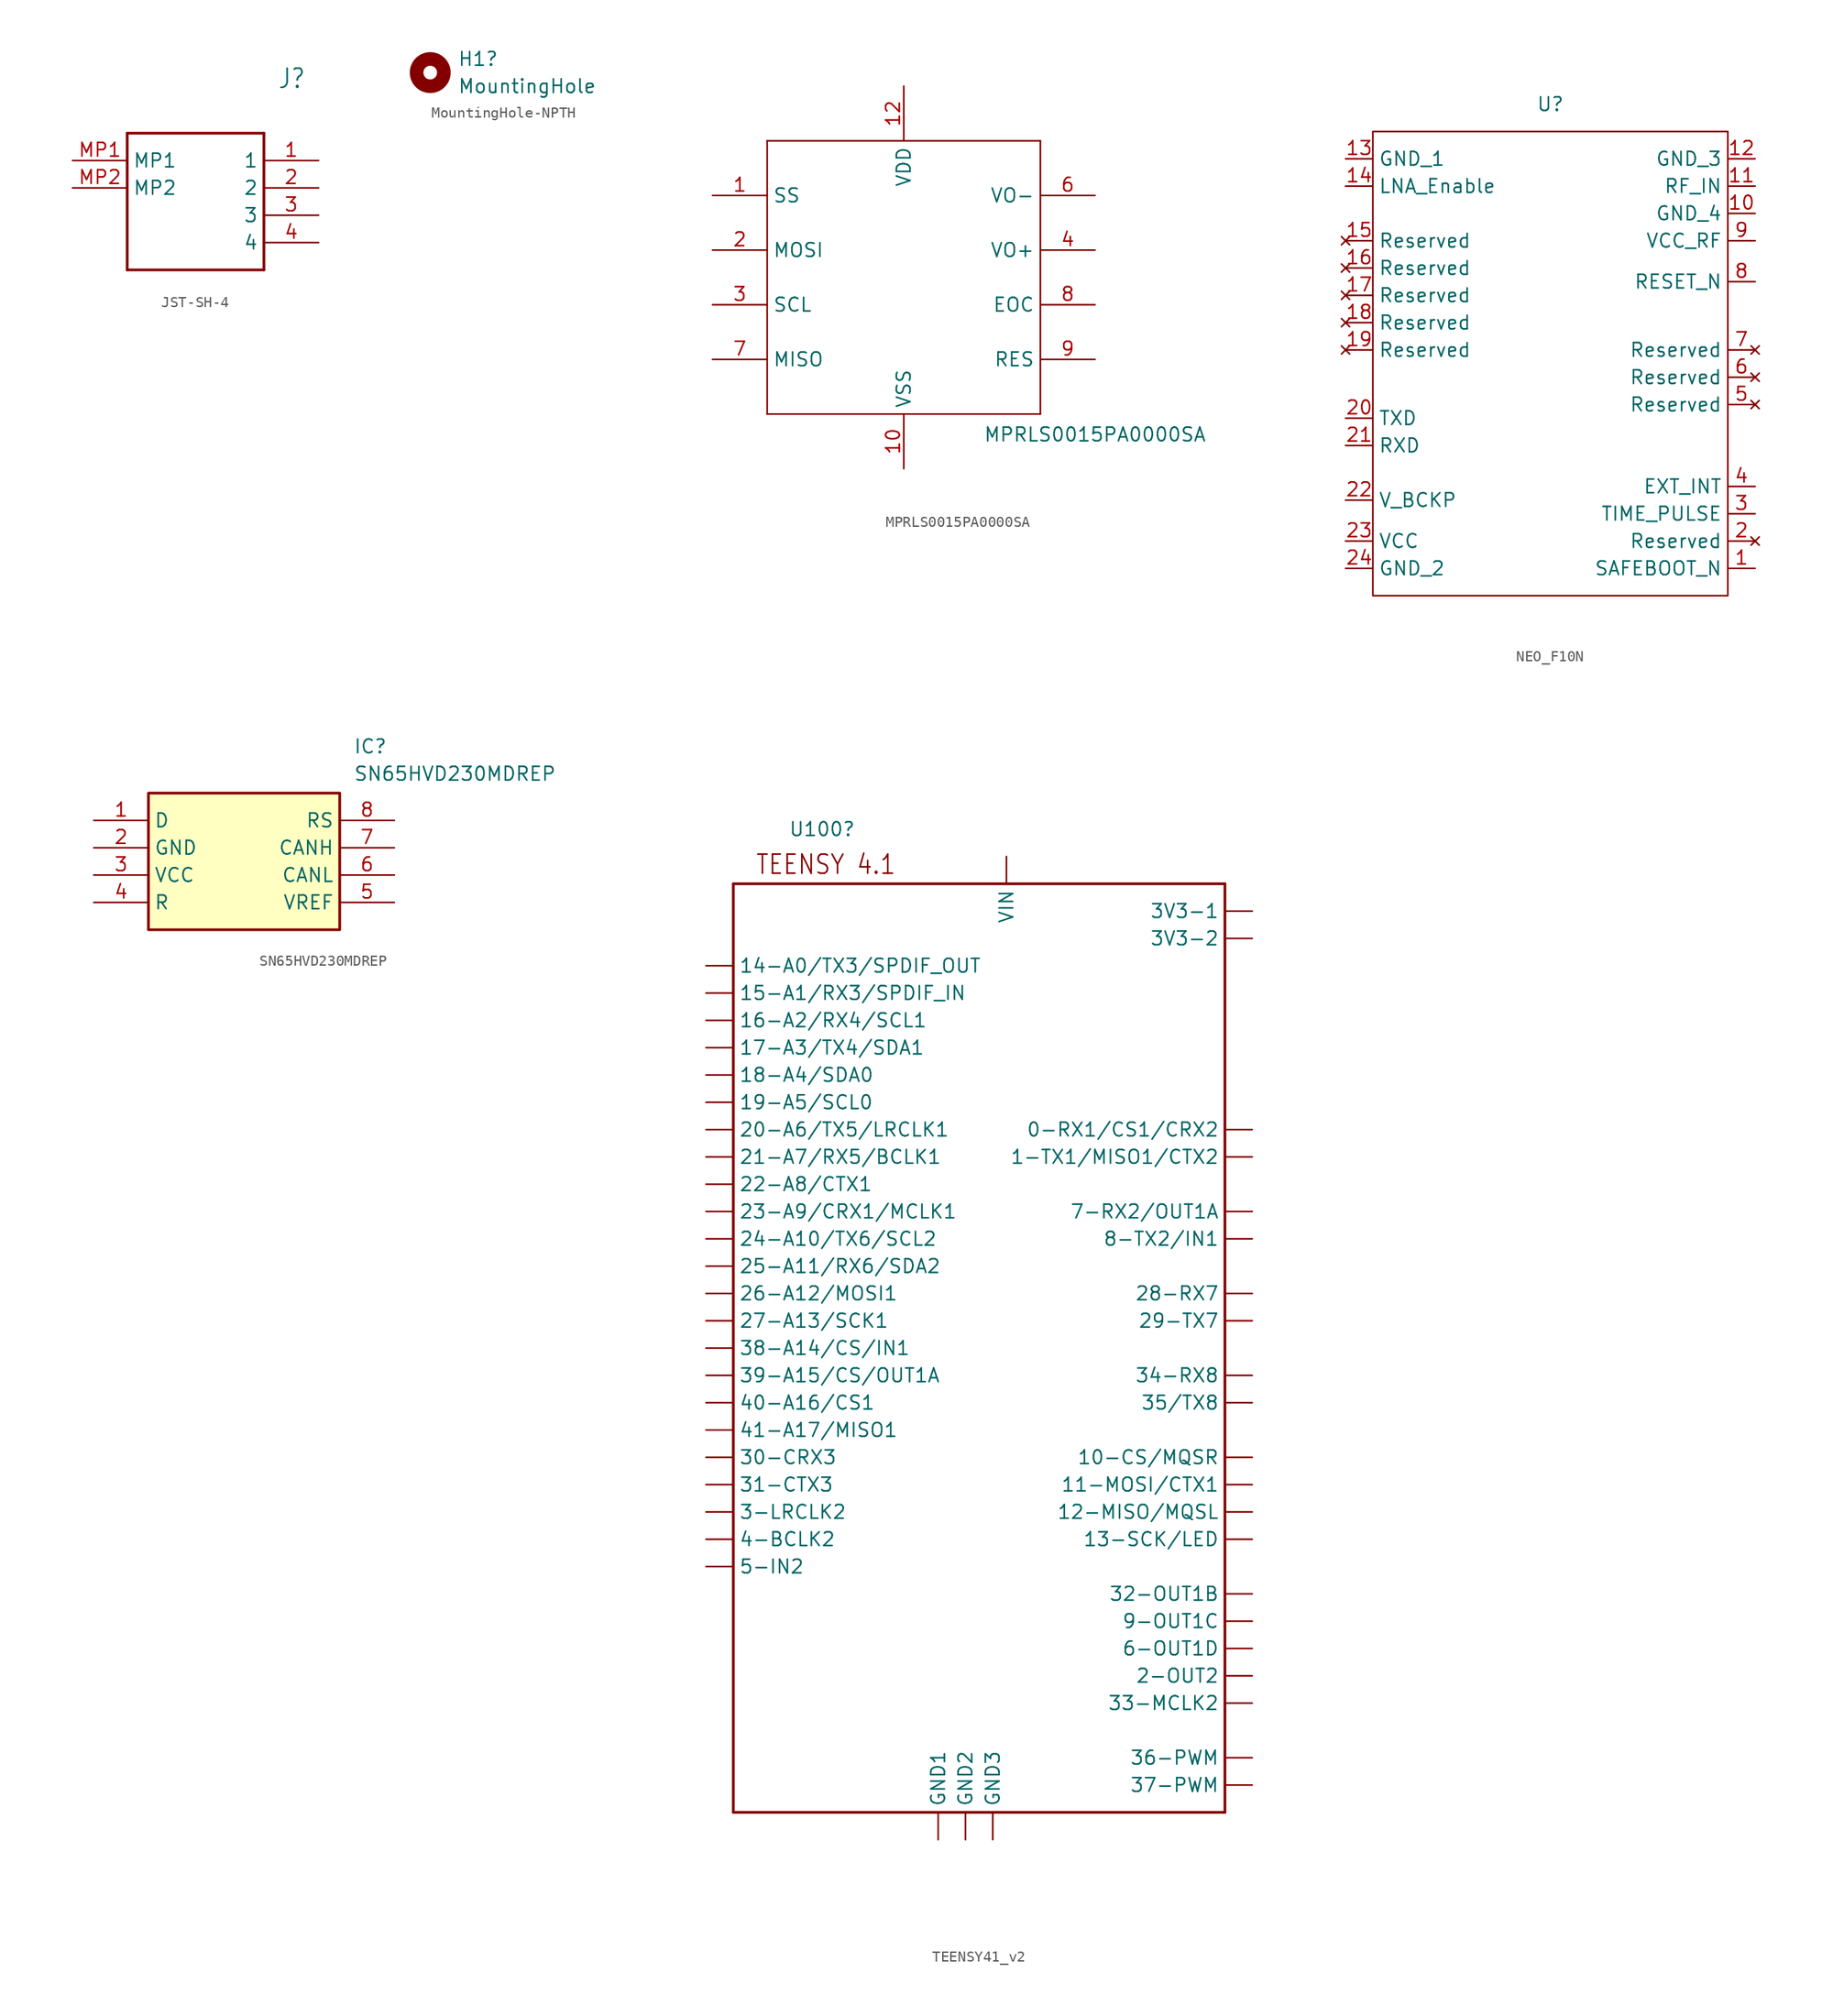
<source format=kicad_sym>
(kicad_symbol_lib
  (version 20220914)
  (generator kicad_symbol_editor)
  (symbol "JST-SH-4"
    (property "Reference" "J"
      (at 19.05 7.62 0)
      (effects (font (size 1.778 1.511)) (justify left)))
    (property "Value" ""
      (at 19.05 5.08 0)
      (effects (font (size 1.778 1.511)) (justify left)))
    (property "ki_locked" ""
      (at 0 0 0)
      (effects (font (size 1.27 1.27))))
    (symbol "JST-SH-4_1_0"
      (polyline (pts (xy 5.08 2.54) (xy 5.08 -10.16)) (stroke (width 0.254) (type solid)) (fill (type none)))
      (polyline (pts (xy 5.08 2.54) (xy 17.78 2.54)) (stroke (width 0.254) (type solid)) (fill (type none)))
      (polyline (pts (xy 17.78 -10.16) (xy 5.08 -10.16)) (stroke (width 0.254) (type solid)) (fill (type none)))
      (polyline (pts (xy 17.78 -10.16) (xy 17.78 2.54)) (stroke (width 0.254) (type solid)) (fill (type none)))
      (pin bidirectional line (at 22.86 0 180) (length 5.08) (name "1" (effects (font (size 1.27 1.27)))) (number "1" (effects (font (size 1.27 1.27)))))
      (pin bidirectional line (at 22.86 -2.54 180) (length 5.08) (name "2" (effects (font (size 1.27 1.27)))) (number "2" (effects (font (size 1.27 1.27)))))
      (pin bidirectional line (at 22.86 -5.08 180) (length 5.08) (name "3" (effects (font (size 1.27 1.27)))) (number "3" (effects (font (size 1.27 1.27)))))
      (pin bidirectional line (at 22.86 -7.62 180) (length 5.08) (name "4" (effects (font (size 1.27 1.27)))) (number "4" (effects (font (size 1.27 1.27)))))
      (pin bidirectional line (at 0 0 0) (length 5.08) (name "MP1" (effects (font (size 1.27 1.27)))) (number "MP1" (effects (font (size 1.27 1.27)))))
      (pin bidirectional line (at 0 -2.54 0) (length 5.08) (name "MP2" (effects (font (size 1.27 1.27)))) (number "MP2" (effects (font (size 1.27 1.27)))))))
  (symbol "MountingHole-NPTH"
    (pin_names
      (offset 1.016))
    (property "Reference" "H1"
      (at 2.54 1.27 0)
      (effects (font (size 1.27 1.27)) (justify left)))
    (property "Value" "MountingHole"
      (at 2.54 -1.27 0)
      (effects (font (size 1.27 1.27)) (justify left)))
    (symbol "MountingHole-NPTH_0_1"
      (circle (center 0 0) (radius 1.27) (stroke (width 1.27) (type default)) (fill (type none)))))
  (symbol "MPRLS0015PA0000SA"
    (property "Reference" "U$8"
      (at 0 0 0)
      (effects (font (size 1.27 1.27)) hide))
    (property "Value" "MPRLS0015PA0000SA"
      (at 17.78 -17.145 0)
      (effects (font (size 1.27 1.27))))
    (property "ki_locked" ""
      (at 0 0 0)
      (effects (font (size 1.27 1.27))))
    (symbol "MPRLS0015PA0000SA_1_0"
      (polyline (pts (xy -12.7 -15.24) (xy 12.7 -15.24)) (stroke (width 0.152) (type solid)) (fill (type none)))
      (polyline (pts (xy -12.7 10.16) (xy -12.7 -15.24)) (stroke (width 0.152) (type solid)) (fill (type none)))
      (polyline (pts (xy 12.7 -15.24) (xy 12.7 10.16)) (stroke (width 0.152) (type solid)) (fill (type none)))
      (polyline (pts (xy 12.7 10.16) (xy -12.7 10.16)) (stroke (width 0.152) (type solid)) (fill (type none)))
      (pin bidirectional line (at -17.78 5.08 0) (length 5.08) (name "SS" (effects (font (size 1.27 1.27)))) (number "1" (effects (font (size 1.27 1.27)))))
      (pin bidirectional line (at 0 -20.32 90) (length 5.08) (name "VSS" (effects (font (size 1.27 1.27)))) (number "10" (effects (font (size 1.27 1.27)))))
      (pin bidirectional line (at 0 15.24 270) (length 5.08) (name "VDD" (effects (font (size 1.27 1.27)))) (number "12" (effects (font (size 1.27 1.27)))))
      (pin bidirectional line (at -17.78 0 0) (length 5.08) (name "MOSI" (effects (font (size 1.27 1.27)))) (number "2" (effects (font (size 1.27 1.27)))))
      (pin bidirectional line (at -17.78 -5.08 0) (length 5.08) (name "SCL" (effects (font (size 1.27 1.27)))) (number "3" (effects (font (size 1.27 1.27)))))
      (pin bidirectional line (at 17.78 0 180) (length 5.08) (name "VO+" (effects (font (size 1.27 1.27)))) (number "4" (effects (font (size 1.27 1.27)))))
      (pin bidirectional line (at 17.78 5.08 180) (length 5.08) (name "VO-" (effects (font (size 1.27 1.27)))) (number "6" (effects (font (size 1.27 1.27)))))
      (pin bidirectional line (at -17.78 -10.16 0) (length 5.08) (name "MISO" (effects (font (size 1.27 1.27)))) (number "7" (effects (font (size 1.27 1.27)))))
      (pin bidirectional line (at 17.78 -5.08 180) (length 5.08) (name "EOC" (effects (font (size 1.27 1.27)))) (number "8" (effects (font (size 1.27 1.27)))))
      (pin bidirectional line (at 17.78 -10.16 180) (length 5.08) (name "RES" (effects (font (size 1.27 1.27)))) (number "9" (effects (font (size 1.27 1.27)))))))
  (symbol "NEO_F10N"
    (property "Reference" "U"
      (at 0 26.67 0)
      (effects (font (size 1.27 1.27))))
    (property "Value" ""
      (at 0 0 0)
      (effects (font (size 1.27 1.27))))
    (symbol "NEO_F10N_0_1"
      (rectangle (start -16.51 24.13) (end 16.51 -19.05) (stroke (width 0) (type default)) (fill (type none))))
    (symbol "NEO_F10N_1_1"
      (pin passive line (at 19.05 -16.51 180) (length 2.54) (name "SAFEBOOT_N" (effects (font (size 1.27 1.27)))) (number "1" (effects (font (size 1.27 1.27)))))
      (pin power_in line (at 19.05 16.51 180) (length 2.54) (name "GND_4" (effects (font (size 1.27 1.27)))) (number "10" (effects (font (size 1.27 1.27)))))
      (pin input line (at 19.05 19.05 180) (length 2.54) (name "RF_IN" (effects (font (size 1.27 1.27)))) (number "11" (effects (font (size 1.27 1.27)))))
      (pin power_in line (at 19.05 21.59 180) (length 2.54) (name "GND_3" (effects (font (size 1.27 1.27)))) (number "12" (effects (font (size 1.27 1.27)))))
      (pin power_in line (at -19.05 21.59 0) (length 2.54) (name "GND_1" (effects (font (size 1.27 1.27)))) (number "13" (effects (font (size 1.27 1.27)))))
      (pin input line (at -19.05 19.05 0) (length 2.54) (name "LNA_Enable" (effects (font (size 1.27 1.27)))) (number "14" (effects (font (size 1.27 1.27)))))
      (pin no_connect line (at -19.05 13.97 0) (length 2.54) (name "Reserved" (effects (font (size 1.27 1.27)))) (number "15" (effects (font (size 1.27 1.27)))))
      (pin no_connect line (at -19.05 11.43 0) (length 2.54) (name "Reserved" (effects (font (size 1.27 1.27)))) (number "16" (effects (font (size 1.27 1.27)))))
      (pin no_connect line (at -19.05 8.89 0) (length 2.54) (name "Reserved" (effects (font (size 1.27 1.27)))) (number "17" (effects (font (size 1.27 1.27)))))
      (pin no_connect line (at -19.05 6.35 0) (length 2.54) (name "Reserved" (effects (font (size 1.27 1.27)))) (number "18" (effects (font (size 1.27 1.27)))))
      (pin no_connect line (at -19.05 3.81 0) (length 2.54) (name "Reserved" (effects (font (size 1.27 1.27)))) (number "19" (effects (font (size 1.27 1.27)))))
      (pin no_connect line (at 19.05 -13.97 180) (length 2.54) (name "Reserved" (effects (font (size 1.27 1.27)))) (number "2" (effects (font (size 1.27 1.27)))))
      (pin output line (at -19.05 -2.54 0) (length 2.54) (name "TXD" (effects (font (size 1.27 1.27)))) (number "20" (effects (font (size 1.27 1.27)))))
      (pin input line (at -19.05 -5.08 0) (length 2.54) (name "RXD" (effects (font (size 1.27 1.27)))) (number "21" (effects (font (size 1.27 1.27)))))
      (pin passive line (at -19.05 -10.16 0) (length 2.54) (name "V_BCKP" (effects (font (size 1.27 1.27)))) (number "22" (effects (font (size 1.27 1.27)))))
      (pin power_in line (at -19.05 -13.97 0) (length 2.54) (name "VCC" (effects (font (size 1.27 1.27)))) (number "23" (effects (font (size 1.27 1.27)))))
      (pin power_in line (at -19.05 -16.51 0) (length 2.54) (name "GND_2" (effects (font (size 1.27 1.27)))) (number "24" (effects (font (size 1.27 1.27)))))
      (pin output line (at 19.05 -11.43 180) (length 2.54) (name "TIME_PULSE" (effects (font (size 1.27 1.27)))) (number "3" (effects (font (size 1.27 1.27)))))
      (pin passive line (at 19.05 -8.89 180) (length 2.54) (name "EXT_INT" (effects (font (size 1.27 1.27)))) (number "4" (effects (font (size 1.27 1.27)))))
      (pin no_connect line (at 19.05 -1.27 180) (length 2.54) (name "Reserved" (effects (font (size 1.27 1.27)))) (number "5" (effects (font (size 1.27 1.27)))))
      (pin no_connect line (at 19.05 1.27 180) (length 2.54) (name "Reserved" (effects (font (size 1.27 1.27)))) (number "6" (effects (font (size 1.27 1.27)))))
      (pin no_connect line (at 19.05 3.81 180) (length 2.54) (name "Reserved" (effects (font (size 1.27 1.27)))) (number "7" (effects (font (size 1.27 1.27)))))
      (pin passive line (at 19.05 10.16 180) (length 2.54) (name "RESET_N" (effects (font (size 1.27 1.27)))) (number "8" (effects (font (size 1.27 1.27)))))
      (pin passive line (at 19.05 13.97 180) (length 2.54) (name "VCC_RF" (effects (font (size 1.27 1.27)))) (number "9" (effects (font (size 1.27 1.27)))))))
  (symbol "SN65HVD230MDREP"
    (property "Reference" "IC"
      (at 24.13 7.62 0)
      (effects (font (size 1.27 1.27)) (justify left top)))
    (property "Value" "SN65HVD230MDREP"
      (at 24.13 5.08 0)
      (effects (font (size 1.27 1.27)) (justify left top)))
    (symbol "SN65HVD230MDREP_1_1"
      (rectangle (start 5.08 2.54) (end 22.86 -10.16) (stroke (width 0.254) (type default)) (fill (type background)))
      (pin input line (at 0 0 0) (length 5.08) (name "D" (effects (font (size 1.27 1.27)))) (number "1" (effects (font (size 1.27 1.27)))))
      (pin power_in line (at 0 -2.54 0) (length 5.08) (name "GND" (effects (font (size 1.27 1.27)))) (number "2" (effects (font (size 1.27 1.27)))))
      (pin power_in line (at 0 -5.08 0) (length 5.08) (name "VCC" (effects (font (size 1.27 1.27)))) (number "3" (effects (font (size 1.27 1.27)))))
      (pin output line (at 0 -7.62 0) (length 5.08) (name "R" (effects (font (size 1.27 1.27)))) (number "4" (effects (font (size 1.27 1.27)))))
      (pin output line (at 27.94 -7.62 180) (length 5.08) (name "VREF" (effects (font (size 1.27 1.27)))) (number "5" (effects (font (size 1.27 1.27)))))
      (pin passive line (at 27.94 -5.08 180) (length 5.08) (name "CANL" (effects (font (size 1.27 1.27)))) (number "6" (effects (font (size 1.27 1.27)))))
      (pin passive line (at 27.94 -2.54 180) (length 5.08) (name "CANH" (effects (font (size 1.27 1.27)))) (number "7" (effects (font (size 1.27 1.27)))))
      (pin passive line (at 27.94 0 180) (length 5.08) (name "RS" (effects (font (size 1.27 1.27)))) (number "8" (effects (font (size 1.27 1.27)))))))
  (symbol "TEENSY41_v2"
    (property "Reference" "U100"
      (at -14.605 50.8 0)
      (effects (font (size 1.27 1.27))))
    (property "ki_locked" ""
      (at 0 0 0)
      (effects (font (size 1.27 1.27))))
    (symbol "TEENSY41_v2_1_0"
      (polyline (pts (xy -22.86 -40.64) (xy 22.86 -40.64)) (stroke (width 0.254) (type solid)) (fill (type none)))
      (polyline (pts (xy -22.86 45.72) (xy -22.86 -40.64)) (stroke (width 0.254) (type solid)) (fill (type none)))
      (polyline (pts (xy 22.86 -40.64) (xy 22.86 45.72)) (stroke (width 0.254) (type solid)) (fill (type none)))
      (polyline (pts (xy 22.86 45.72) (xy -22.86 45.72)) (stroke (width 0.254) (type solid)) (fill (type none)))
      (text "TEENSY 4.1" (at -20.828 46.482 0) (effects (font (size 1.778 1.511)) (justify left bottom)))
      (pin bidirectional line (at 25.4 22.86 180) (length 2.54) (name "0-RX1/CS1/CRX2" (effects (font (size 1.27 1.27)))) (number "0" (effects (font (size 0 0)))))
      (pin bidirectional line (at 25.4 20.32 180) (length 2.54) (name "1-TX1/MISO1/CTX2" (effects (font (size 1.27 1.27)))) (number "1" (effects (font (size 0 0)))))
      (pin bidirectional line (at 25.4 -7.62 180) (length 2.54) (name "10-CS/MQSR" (effects (font (size 1.27 1.27)))) (number "10" (effects (font (size 0 0)))))
      (pin bidirectional line (at 25.4 -10.16 180) (length 2.54) (name "11-MOSI/CTX1" (effects (font (size 1.27 1.27)))) (number "11" (effects (font (size 0 0)))))
      (pin bidirectional line (at 25.4 -12.7 180) (length 2.54) (name "12-MISO/MQSL" (effects (font (size 1.27 1.27)))) (number "12" (effects (font (size 0 0)))))
      (pin bidirectional line (at 25.4 -15.24 180) (length 2.54) (name "13-SCK/LED" (effects (font (size 1.27 1.27)))) (number "13" (effects (font (size 0 0)))))
      (pin bidirectional line (at -25.4 38.1 0) (length 2.54) (name "14-A0/TX3/SPDIF_OUT" (effects (font (size 1.27 1.27)))) (number "14" (effects (font (size 0 0)))))
      (pin bidirectional line (at -25.4 35.56 0) (length 2.54) (name "15-A1/RX3/SPDIF_IN" (effects (font (size 1.27 1.27)))) (number "15" (effects (font (size 0 0)))))
      (pin bidirectional line (at -25.4 33.02 0) (length 2.54) (name "16-A2/RX4/SCL1" (effects (font (size 1.27 1.27)))) (number "16" (effects (font (size 0 0)))))
      (pin bidirectional line (at -25.4 30.48 0) (length 2.54) (name "17-A3/TX4/SDA1" (effects (font (size 1.27 1.27)))) (number "17" (effects (font (size 0 0)))))
      (pin bidirectional line (at -25.4 27.94 0) (length 2.54) (name "18-A4/SDA0" (effects (font (size 1.27 1.27)))) (number "18" (effects (font (size 0 0)))))
      (pin bidirectional line (at -25.4 25.4 0) (length 2.54) (name "19-A5/SCL0" (effects (font (size 1.27 1.27)))) (number "19" (effects (font (size 0 0)))))
      (pin bidirectional line (at 25.4 -27.94 180) (length 2.54) (name "2-OUT2" (effects (font (size 1.27 1.27)))) (number "2" (effects (font (size 0 0)))))
      (pin bidirectional line (at -25.4 22.86 0) (length 2.54) (name "20-A6/TX5/LRCLK1" (effects (font (size 1.27 1.27)))) (number "20" (effects (font (size 0 0)))))
      (pin bidirectional line (at -25.4 20.32 0) (length 2.54) (name "21-A7/RX5/BCLK1" (effects (font (size 1.27 1.27)))) (number "21" (effects (font (size 0 0)))))
      (pin bidirectional line (at -25.4 17.78 0) (length 2.54) (name "22-A8/CTX1" (effects (font (size 1.27 1.27)))) (number "22" (effects (font (size 0 0)))))
      (pin bidirectional line (at -25.4 15.24 0) (length 2.54) (name "23-A9/CRX1/MCLK1" (effects (font (size 1.27 1.27)))) (number "23" (effects (font (size 0 0)))))
      (pin bidirectional line (at -25.4 12.7 0) (length 2.54) (name "24-A10/TX6/SCL2" (effects (font (size 1.27 1.27)))) (number "24" (effects (font (size 0 0)))))
      (pin bidirectional line (at -25.4 10.16 0) (length 2.54) (name "25-A11/RX6/SDA2" (effects (font (size 1.27 1.27)))) (number "25" (effects (font (size 0 0)))))
      (pin bidirectional line (at -25.4 7.62 0) (length 2.54) (name "26-A12/MOSI1" (effects (font (size 1.27 1.27)))) (number "26" (effects (font (size 0 0)))))
      (pin bidirectional line (at -25.4 5.08 0) (length 2.54) (name "27-A13/SCK1" (effects (font (size 1.27 1.27)))) (number "27" (effects (font (size 0 0)))))
      (pin bidirectional line (at 25.4 7.62 180) (length 2.54) (name "28-RX7" (effects (font (size 1.27 1.27)))) (number "28" (effects (font (size 0 0)))))
      (pin bidirectional line (at 25.4 5.08 180) (length 2.54) (name "29-TX7" (effects (font (size 1.27 1.27)))) (number "29" (effects (font (size 0 0)))))
      (pin bidirectional line (at -25.4 -12.7 0) (length 2.54) (name "3-LRCLK2" (effects (font (size 1.27 1.27)))) (number "3" (effects (font (size 0 0)))))
      (pin bidirectional line (at -25.4 -7.62 0) (length 2.54) (name "30-CRX3" (effects (font (size 1.27 1.27)))) (number "30" (effects (font (size 0 0)))))
      (pin bidirectional line (at -25.4 -10.16 0) (length 2.54) (name "31-CTX3" (effects (font (size 1.27 1.27)))) (number "31" (effects (font (size 0 0)))))
      (pin bidirectional line (at 25.4 -20.32 180) (length 2.54) (name "32-OUT1B" (effects (font (size 1.27 1.27)))) (number "32" (effects (font (size 0 0)))))
      (pin bidirectional line (at 25.4 -30.48 180) (length 2.54) (name "33-MCLK2" (effects (font (size 1.27 1.27)))) (number "33" (effects (font (size 0 0)))))
      (pin bidirectional line (at 25.4 0 180) (length 2.54) (name "34-RX8" (effects (font (size 1.27 1.27)))) (number "34" (effects (font (size 0 0)))))
      (pin bidirectional line (at 25.4 -2.54 180) (length 2.54) (name "35/TX8" (effects (font (size 1.27 1.27)))) (number "35" (effects (font (size 0 0)))))
      (pin bidirectional line (at 25.4 -35.56 180) (length 2.54) (name "36-PWM" (effects (font (size 1.27 1.27)))) (number "36" (effects (font (size 0 0)))))
      (pin bidirectional line (at 25.4 -38.1 180) (length 2.54) (name "37-PWM" (effects (font (size 1.27 1.27)))) (number "37" (effects (font (size 0 0)))))
      (pin bidirectional line (at -25.4 2.54 0) (length 2.54) (name "38-A14/CS/IN1" (effects (font (size 1.27 1.27)))) (number "38" (effects (font (size 0 0)))))
      (pin bidirectional line (at -25.4 0 0) (length 2.54) (name "39-A15/CS/OUT1A" (effects (font (size 1.27 1.27)))) (number "39" (effects (font (size 0 0)))))
      (pin bidirectional line (at 25.4 43.18 180) (length 2.54) (name "3V3-1" (effects (font (size 1.27 1.27)))) (number "3V3-1" (effects (font (size 0 0)))))
      (pin bidirectional line (at 25.4 40.64 180) (length 2.54) (name "3V3-2" (effects (font (size 1.27 1.27)))) (number "3V3-2" (effects (font (size 0 0)))))
      (pin bidirectional line (at -25.4 -15.24 0) (length 2.54) (name "4-BCLK2" (effects (font (size 1.27 1.27)))) (number "4" (effects (font (size 0 0)))))
      (pin bidirectional line (at -25.4 -2.54 0) (length 2.54) (name "40-A16/CS1" (effects (font (size 1.27 1.27)))) (number "40" (effects (font (size 0 0)))))
      (pin bidirectional line (at -25.4 -5.08 0) (length 2.54) (name "41-A17/MISO1" (effects (font (size 1.27 1.27)))) (number "41" (effects (font (size 0 0)))))
      (pin bidirectional line (at -25.4 -17.78 0) (length 2.54) (name "5-IN2" (effects (font (size 1.27 1.27)))) (number "5" (effects (font (size 0 0)))))
      (pin bidirectional line (at 25.4 -25.4 180) (length 2.54) (name "6-OUT1D" (effects (font (size 1.27 1.27)))) (number "6" (effects (font (size 0 0)))))
      (pin bidirectional line (at 25.4 15.24 180) (length 2.54) (name "7-RX2/OUT1A" (effects (font (size 1.27 1.27)))) (number "7" (effects (font (size 0 0)))))
      (pin bidirectional line (at 25.4 12.7 180) (length 2.54) (name "8-TX2/IN1" (effects (font (size 1.27 1.27)))) (number "8" (effects (font (size 0 0)))))
      (pin bidirectional line (at 25.4 -22.86 180) (length 2.54) (name "9-OUT1C" (effects (font (size 1.27 1.27)))) (number "9" (effects (font (size 0 0)))))
      (pin bidirectional line (at -3.81 -43.18 90) (length 2.54) (name "GND1" (effects (font (size 1.27 1.27)))) (number "GND1" (effects (font (size 0 0)))))
      (pin bidirectional line (at -1.27 -43.18 90) (length 2.54) (name "GND2" (effects (font (size 1.27 1.27)))) (number "GND2" (effects (font (size 0 0)))))
      (pin bidirectional line (at 1.27 -43.18 90) (length 2.54) (name "GND3" (effects (font (size 1.27 1.27)))) (number "GND3" (effects (font (size 0 0)))))
      (pin bidirectional line (at 2.54 48.26 270) (length 2.54) (name "VIN" (effects (font (size 1.27 1.27)))) (number "VIN" (effects (font (size 0 0))))))))
</source>
